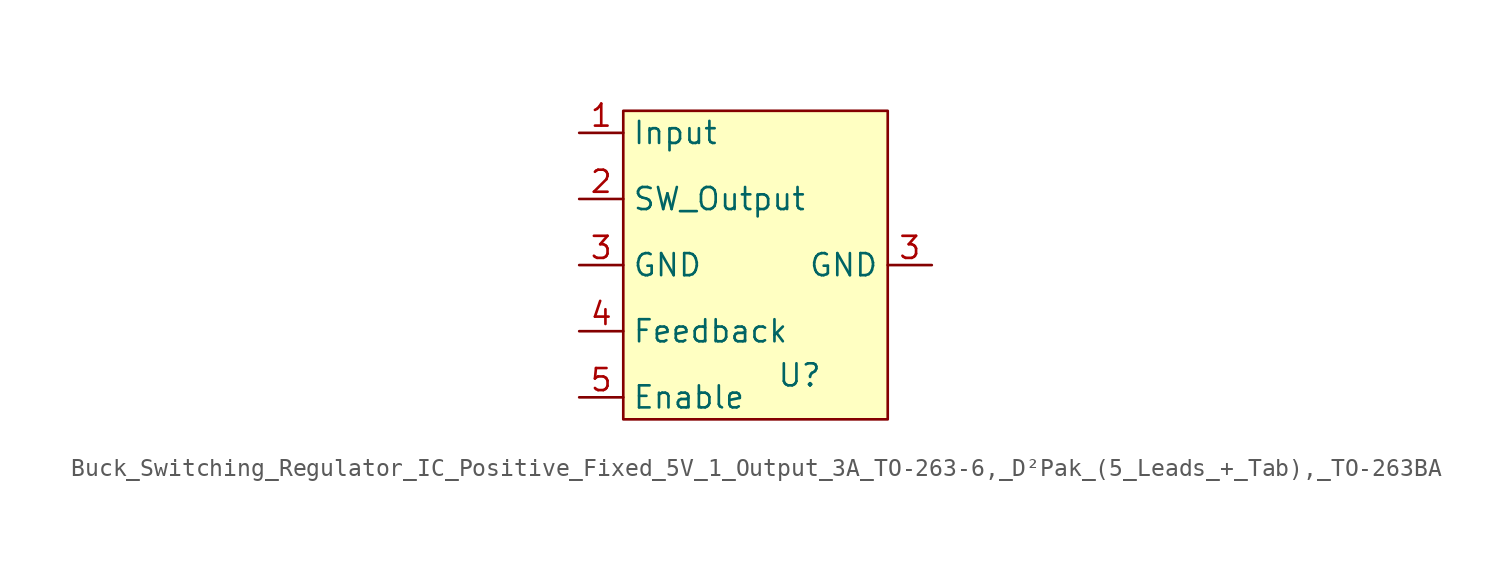
<source format=kicad_sym>
(kicad_symbol_lib
  (version 20220914)
  (generator kicad_symbol_editor)
  (symbol "Buck_Switching_Regulator_IC_Positive_Fixed_5V_1_Output_3A_TO-263-6,_D²Pak_(5_Leads_+_Tab),_TO-263BA"
    (property "Reference" "U"
      (at 6.35 -10.16 0)
      (effects (font (size 1.27 1.27))))
    (property "Value" ""
      (at 0 0 0)
      (effects (font (size 1.27 1.27))))
    (symbol "Buck_Switching_Regulator_IC_Positive_Fixed_5V_1_Output_3A_TO-263-6,_D²Pak_(5_Leads_+_Tab),_TO-263BA_1_1"
      (rectangle (start -3.81 5.08) (end 11.43 -12.7) (stroke (width 0) (type default)) (fill (type background)))
      (pin input line (at -6.35 3.81 0) (length 2.54) (name "Input" (effects (font (size 1.27 1.27)))) (number "1" (effects (font (size 1.27 1.27)))))
      (pin output line (at -6.35 0 0) (length 2.54) (name "SW_Output" (effects (font (size 1.27 1.27)))) (number "2" (effects (font (size 1.27 1.27)))))
      (pin input line (at -6.35 -3.81 0) (length 2.54) (name "GND" (effects (font (size 1.27 1.27)))) (number "3" (effects (font (size 1.27 1.27)))))
      (pin input line (at 13.97 -3.81 180) (length 2.54) (name "GND" (effects (font (size 1.27 1.27)))) (number "3" (effects (font (size 1.27 1.27)))))
      (pin input line (at -6.35 -7.62 0) (length 2.54) (name "Feedback" (effects (font (size 1.27 1.27)))) (number "4" (effects (font (size 1.27 1.27)))))
      (pin input line (at -6.35 -11.43 0) (length 2.54) (name "Enable" (effects (font (size 1.27 1.27)))) (number "5" (effects (font (size 1.27 1.27))))))))
</source>
